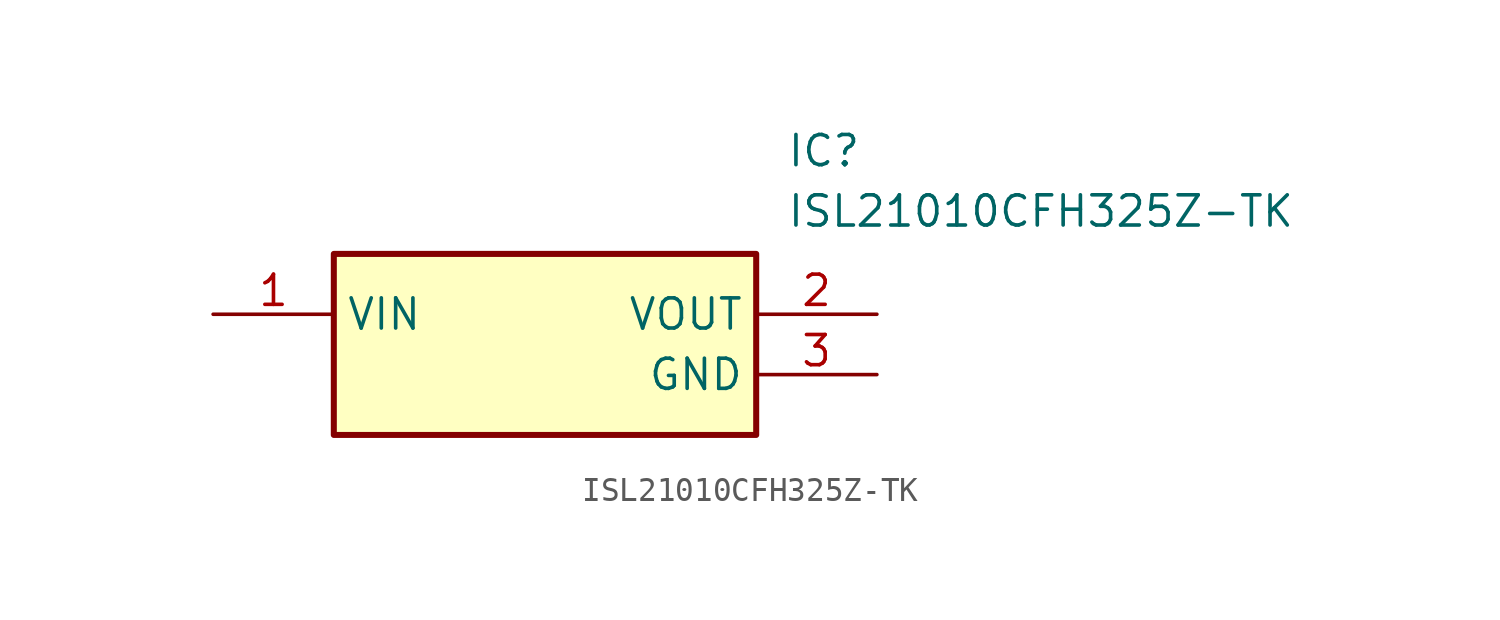
<source format=kicad_sym>
(kicad_symbol_lib
  (version 20241209)
  (generator "kicad_symbol_editor")
  (generator_version "9.0")
  (symbol "ISL21010CFH325Z-TK"
    (property "Reference" "IC"
      (at 24.13 7.62 0)
      (effects (font (size 1.27 1.27)) (justify left top)))
    (property "Value" "ISL21010CFH325Z-TK"
      (at 24.13 5.08 0)
      (effects (font (size 1.27 1.27)) (justify left top)))
    (symbol "ISL21010CFH325Z-TK_1_1"
      (rectangle (start 5.08 2.54) (end 22.86 -5.08) (stroke (width 0.254) (type default)) (fill (type background)))
      (pin passive line (at 0 0 0) (length 5.08) (name "VIN" (effects (font (size 1.27 1.27)))) (number "1" (effects (font (size 1.27 1.27)))))
      (pin passive line (at 27.94 0 180) (length 5.08) (name "VOUT" (effects (font (size 1.27 1.27)))) (number "2" (effects (font (size 1.27 1.27)))))
      (pin passive line (at 27.94 -2.54 180) (length 5.08) (name "GND" (effects (font (size 1.27 1.27)))) (number "3" (effects (font (size 1.27 1.27))))))))
</source>
